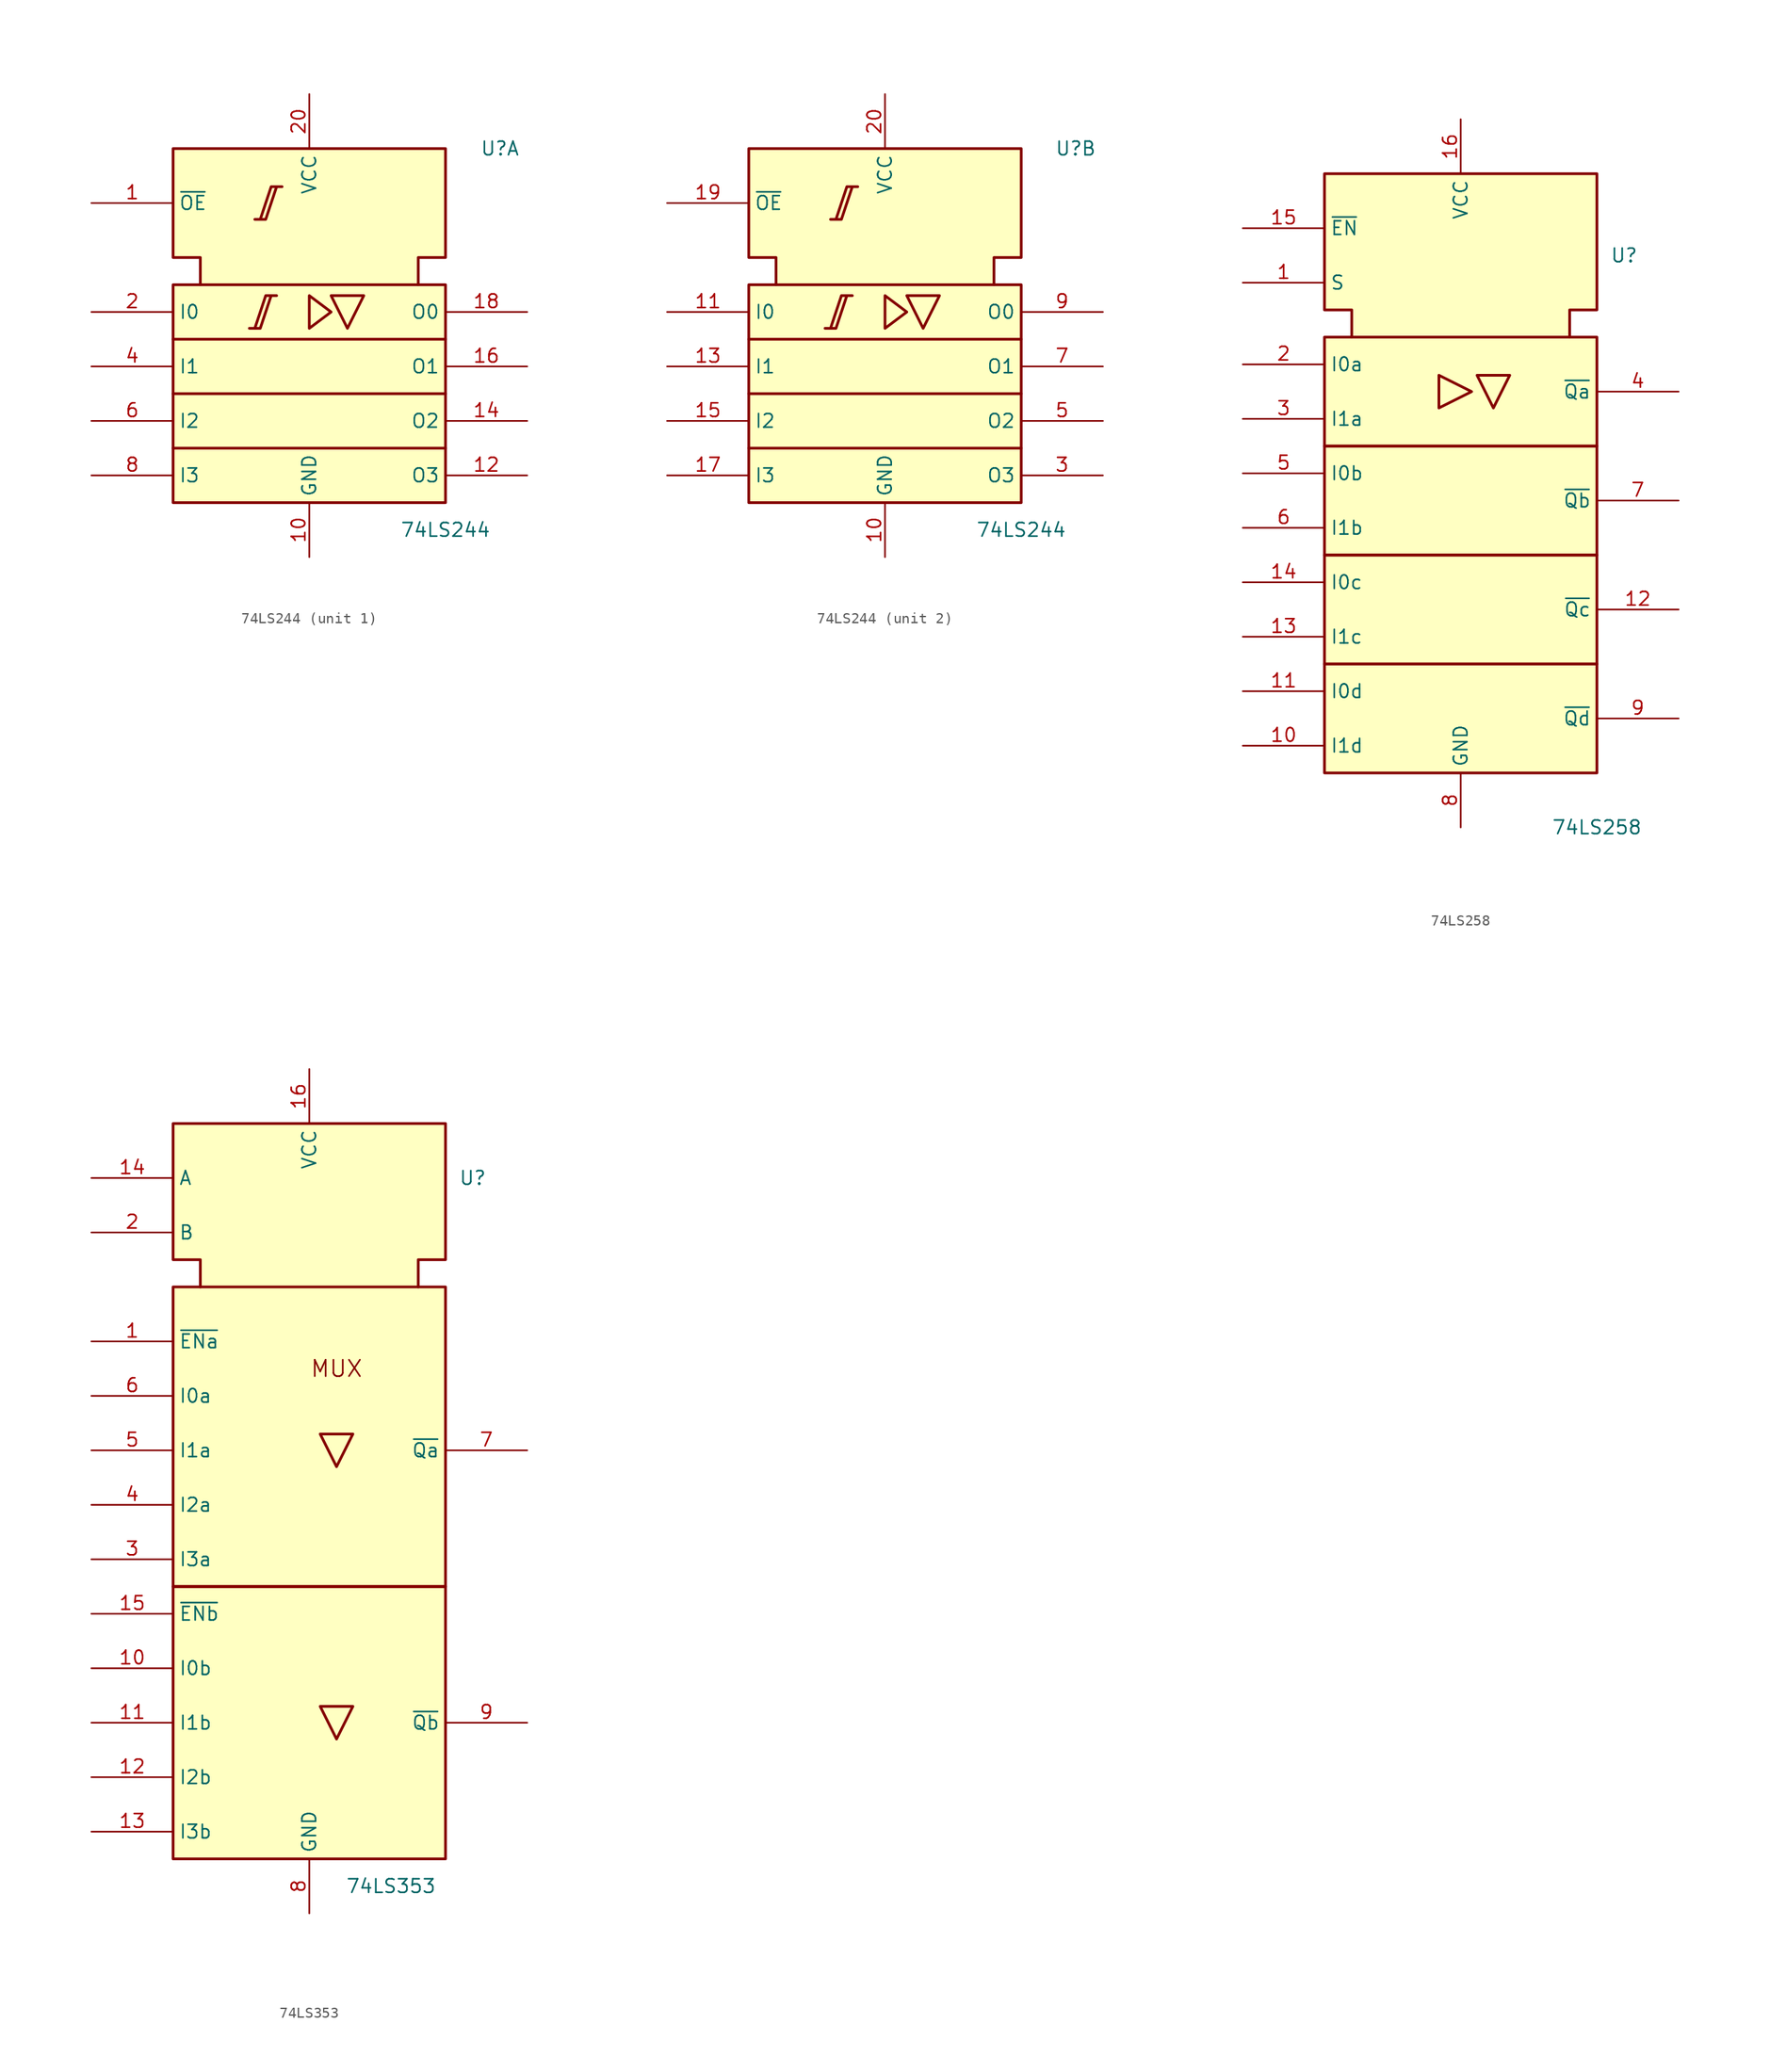
<source format=kicad_sym>
(kicad_symbol_lib
  (version 20241209)
  (generator "kicad_symbol_editor")
  (generator_version "9.0")
  (symbol "74LS244"
    (property "Reference" "U"
      (at 17.78 20.32 0)
      (effects (font (size 1.27 1.27))))
    (property "Value" "74LS244"
      (at 12.7 -15.24 0)
      (effects (font (size 1.27 1.27))))
    (symbol "74LS244_0_0"
      (polyline (pts (xy 2.032 6.604) (xy 5.08 6.604) (xy 3.556 3.556) (xy 2.032 6.604) (xy 2.032 6.604)) (stroke (width 0.254) (type default)) (fill (type background)))
      (pin power_in line (at 0 25.4 270) (length 5.08) (name "VCC" (effects (font (size 1.27 1.27)))) (number "20" (effects (font (size 1.27 1.27)))))
      (pin power_in line (at 0 -17.78 90) (length 5.08) (name "GND" (effects (font (size 1.27 1.27)))) (number "10" (effects (font (size 1.27 1.27))))))
    (symbol "74LS244_0_1"
      (rectangle (start -12.7 7.62) (end 12.7 -12.7) (stroke (width 0.254) (type default)) (fill (type background)))
      (polyline (pts (xy -12.7 -2.54) (xy 12.7 -2.54) (xy 12.7 -2.54)) (stroke (width 0.254) (type default)) (fill (type background)))
      (polyline (pts (xy -10.16 7.62) (xy -10.16 10.16) (xy -12.7 10.16) (xy -12.7 20.32) (xy 12.7 20.32) (xy 12.7 10.16) (xy 10.16 10.16) (xy 10.16 7.62) (xy 10.16 7.62)) (stroke (width 0.254) (type default)) (fill (type background)))
      (polyline (pts (xy -5.588 3.556) (xy -4.572 3.556) (xy -3.556 6.604) (xy -3.048 6.604) (xy -4.064 6.604) (xy -5.08 3.556) (xy -5.08 3.556)) (stroke (width 0.254) (type default)) (fill (type background)))
      (polyline (pts (xy -5.08 13.716) (xy -4.064 13.716) (xy -3.048 16.764) (xy -2.54 16.764) (xy -3.556 16.764) (xy -4.572 13.716) (xy -4.572 13.716)) (stroke (width 0.254) (type default)) (fill (type background)))
      (polyline (pts (xy 0 6.604) (xy 0 3.556) (xy 2.032 5.08) (xy 0 6.604) (xy 0 6.604)) (stroke (width 0.254) (type default)) (fill (type background)))
      (polyline (pts (xy 12.7 2.54) (xy -12.7 2.54) (xy -12.7 2.54)) (stroke (width 0.254) (type default)) (fill (type background)))
      (polyline (pts (xy 12.7 -7.62) (xy -12.7 -7.62) (xy -12.7 -7.62)) (stroke (width 0.254) (type default)) (fill (type background))))
    (symbol "74LS244_1_1"
      (pin input line (at -20.32 15.24 0) (length 7.62) (name "~{OE}" (effects (font (size 1.27 1.27)))) (number "1" (effects (font (size 1.27 1.27)))))
      (pin input line (at -20.32 5.08 0) (length 7.62) (name "I0" (effects (font (size 1.27 1.27)))) (number "2" (effects (font (size 1.27 1.27)))))
      (pin input line (at -20.32 0 0) (length 7.62) (name "I1" (effects (font (size 1.27 1.27)))) (number "4" (effects (font (size 1.27 1.27)))))
      (pin input line (at -20.32 -5.08 0) (length 7.62) (name "I2" (effects (font (size 1.27 1.27)))) (number "6" (effects (font (size 1.27 1.27)))))
      (pin input line (at -20.32 -10.16 0) (length 7.62) (name "I3" (effects (font (size 1.27 1.27)))) (number "8" (effects (font (size 1.27 1.27)))))
      (pin tri_state line (at 20.32 5.08 180) (length 7.62) (name "O0" (effects (font (size 1.27 1.27)))) (number "18" (effects (font (size 1.27 1.27)))))
      (pin tri_state line (at 20.32 0 180) (length 7.62) (name "O1" (effects (font (size 1.27 1.27)))) (number "16" (effects (font (size 1.27 1.27)))))
      (pin tri_state line (at 20.32 -5.08 180) (length 7.62) (name "O2" (effects (font (size 1.27 1.27)))) (number "14" (effects (font (size 1.27 1.27)))))
      (pin tri_state line (at 20.32 -10.16 180) (length 7.62) (name "O3" (effects (font (size 1.27 1.27)))) (number "12" (effects (font (size 1.27 1.27))))))
    (symbol "74LS244_2_1"
      (pin input line (at -20.32 15.24 0) (length 7.62) (name "~{OE}" (effects (font (size 1.27 1.27)))) (number "19" (effects (font (size 1.27 1.27)))))
      (pin input line (at -20.32 5.08 0) (length 7.62) (name "I0" (effects (font (size 1.27 1.27)))) (number "11" (effects (font (size 1.27 1.27)))))
      (pin input line (at -20.32 0 0) (length 7.62) (name "I1" (effects (font (size 1.27 1.27)))) (number "13" (effects (font (size 1.27 1.27)))))
      (pin input line (at -20.32 -5.08 0) (length 7.62) (name "I2" (effects (font (size 1.27 1.27)))) (number "15" (effects (font (size 1.27 1.27)))))
      (pin input line (at -20.32 -10.16 0) (length 7.62) (name "I3" (effects (font (size 1.27 1.27)))) (number "17" (effects (font (size 1.27 1.27)))))
      (pin tri_state line (at 20.32 5.08 180) (length 7.62) (name "O0" (effects (font (size 1.27 1.27)))) (number "9" (effects (font (size 1.27 1.27)))))
      (pin tri_state line (at 20.32 0 180) (length 7.62) (name "O1" (effects (font (size 1.27 1.27)))) (number "7" (effects (font (size 1.27 1.27)))))
      (pin tri_state line (at 20.32 -5.08 180) (length 7.62) (name "O2" (effects (font (size 1.27 1.27)))) (number "5" (effects (font (size 1.27 1.27)))))
      (pin tri_state line (at 20.32 -10.16 180) (length 7.62) (name "O3" (effects (font (size 1.27 1.27)))) (number "3" (effects (font (size 1.27 1.27)))))))
  (symbol "74LS258"
    (property "Reference" "U"
      (at 15.24 20.32 0)
      (effects (font (size 1.27 1.27))))
    (property "Value" "74LS258"
      (at 12.7 -33.02 0)
      (effects (font (size 1.27 1.27))))
    (symbol "74LS258_0_0"
      (rectangle (start -12.7 12.7) (end 12.7 2.54) (stroke (width 0.254) (type default)) (fill (type background)))
      (rectangle (start -12.7 2.54) (end 12.7 -7.62) (stroke (width 0.254) (type default)) (fill (type background)))
      (rectangle (start -12.7 -7.62) (end 12.7 -17.78) (stroke (width 0.254) (type default)) (fill (type background)))
      (rectangle (start -12.7 -17.78) (end 12.7 -27.94) (stroke (width 0.254) (type default)) (fill (type background)))
      (polyline (pts (xy -10.16 12.7) (xy -10.16 15.24) (xy -12.7 15.24) (xy -12.7 27.94) (xy 12.7 27.94) (xy 12.7 15.24) (xy 10.16 15.24) (xy 10.16 12.7) (xy 10.16 12.7)) (stroke (width 0.254) (type default)) (fill (type background)))
      (polyline (pts (xy -2.032 9.144) (xy -2.032 6.096) (xy 1.016 7.62) (xy -2.032 9.144) (xy -2.032 9.144)) (stroke (width 0.254) (type default)) (fill (type background)))
      (polyline (pts (xy 4.572 9.144) (xy 1.524 9.144) (xy 3.048 6.096) (xy 4.572 9.144) (xy 4.572 9.144)) (stroke (width 0.254) (type default)) (fill (type background)))
      (pin power_in line (at 0 33.02 270) (length 5.08) (name "VCC" (effects (font (size 1.27 1.27)))) (number "16" (effects (font (size 1.27 1.27)))))
      (pin power_in line (at 0 -33.02 90) (length 5.08) (name "GND" (effects (font (size 1.27 1.27)))) (number "8" (effects (font (size 1.27 1.27))))))
    (symbol "74LS258_1_1"
      (pin input line (at -20.32 22.86 0) (length 7.62) (name "~{EN}" (effects (font (size 1.27 1.27)))) (number "15" (effects (font (size 1.27 1.27)))))
      (pin input line (at -20.32 17.78 0) (length 7.62) (name "S" (effects (font (size 1.27 1.27)))) (number "1" (effects (font (size 1.27 1.27)))))
      (pin input line (at -20.32 10.16 0) (length 7.62) (name "I0a" (effects (font (size 1.27 1.27)))) (number "2" (effects (font (size 1.27 1.27)))))
      (pin input line (at -20.32 5.08 0) (length 7.62) (name "I1a" (effects (font (size 1.27 1.27)))) (number "3" (effects (font (size 1.27 1.27)))))
      (pin input line (at -20.32 0 0) (length 7.62) (name "I0b" (effects (font (size 1.27 1.27)))) (number "5" (effects (font (size 1.27 1.27)))))
      (pin input line (at -20.32 -5.08 0) (length 7.62) (name "I1b" (effects (font (size 1.27 1.27)))) (number "6" (effects (font (size 1.27 1.27)))))
      (pin input line (at -20.32 -10.16 0) (length 7.62) (name "I0c" (effects (font (size 1.27 1.27)))) (number "14" (effects (font (size 1.27 1.27)))))
      (pin input line (at -20.32 -15.24 0) (length 7.62) (name "I1c" (effects (font (size 1.27 1.27)))) (number "13" (effects (font (size 1.27 1.27)))))
      (pin input line (at -20.32 -20.32 0) (length 7.62) (name "I0d" (effects (font (size 1.27 1.27)))) (number "11" (effects (font (size 1.27 1.27)))))
      (pin input line (at -20.32 -25.4 0) (length 7.62) (name "I1d" (effects (font (size 1.27 1.27)))) (number "10" (effects (font (size 1.27 1.27)))))
      (pin tri_state line (at 20.32 7.62 180) (length 7.62) (name "~{Qa}" (effects (font (size 1.27 1.27)))) (number "4" (effects (font (size 1.27 1.27)))))
      (pin tri_state line (at 20.32 -2.54 180) (length 7.62) (name "~{Qb}" (effects (font (size 1.27 1.27)))) (number "7" (effects (font (size 1.27 1.27)))))
      (pin tri_state line (at 20.32 -12.7 180) (length 7.62) (name "~{Qc}" (effects (font (size 1.27 1.27)))) (number "12" (effects (font (size 1.27 1.27)))))
      (pin tri_state line (at 20.32 -22.86 180) (length 7.62) (name "~{Qd}" (effects (font (size 1.27 1.27)))) (number "9" (effects (font (size 1.27 1.27)))))))
  (symbol "74LS353"
    (property "Reference" "U"
      (at 15.24 33.02 0)
      (effects (font (size 1.27 1.27))))
    (property "Value" "74LS353"
      (at 7.62 -33.02 0)
      (effects (font (size 1.27 1.27))))
    (symbol "74LS353_0_0"
      (rectangle (start -12.7 22.86) (end 12.7 -5.08) (stroke (width 0.254) (type default)) (fill (type background)))
      (rectangle (start -12.7 -5.08) (end 12.7 -30.48) (stroke (width 0.254) (type default)) (fill (type background)))
      (polyline (pts (xy -10.16 22.86) (xy -10.16 25.4) (xy -12.7 25.4) (xy -12.7 38.1) (xy 12.7 38.1) (xy 12.7 25.4) (xy 10.16 25.4) (xy 10.16 22.86) (xy 10.16 22.86)) (stroke (width 0.254) (type default)) (fill (type background)))
      (polyline (pts (xy 4.064 9.144) (xy 1.016 9.144) (xy 2.54 6.096) (xy 4.064 9.144) (xy 4.064 9.144)) (stroke (width 0.254) (type default)) (fill (type background)))
      (polyline (pts (xy 4.064 -16.256) (xy 1.016 -16.256) (xy 2.54 -19.304) (xy 4.064 -16.256) (xy 4.064 -16.256)) (stroke (width 0.254) (type default)) (fill (type background)))
      (text "MUX" (at 2.54 15.24 0) (effects (font (size 1.524 1.524))))
      (pin power_in line (at 0 43.18 270) (length 5.08) (name "VCC" (effects (font (size 1.27 1.27)))) (number "16" (effects (font (size 1.27 1.27)))))
      (pin power_in line (at 0 -35.56 90) (length 5.08) (name "GND" (effects (font (size 1.27 1.27)))) (number "8" (effects (font (size 1.27 1.27))))))
    (symbol "74LS353_1_1"
      (pin input line (at -20.32 33.02 0) (length 7.62) (name "A" (effects (font (size 1.27 1.27)))) (number "14" (effects (font (size 1.27 1.27)))))
      (pin input line (at -20.32 27.94 0) (length 7.62) (name "B" (effects (font (size 1.27 1.27)))) (number "2" (effects (font (size 1.27 1.27)))))
      (pin input line (at -20.32 17.78 0) (length 7.62) (name "~{ENa}" (effects (font (size 1.27 1.27)))) (number "1" (effects (font (size 1.27 1.27)))))
      (pin input line (at -20.32 12.7 0) (length 7.62) (name "I0a" (effects (font (size 1.27 1.27)))) (number "6" (effects (font (size 1.27 1.27)))))
      (pin input line (at -20.32 7.62 0) (length 7.62) (name "I1a" (effects (font (size 1.27 1.27)))) (number "5" (effects (font (size 1.27 1.27)))))
      (pin input line (at -20.32 2.54 0) (length 7.62) (name "I2a" (effects (font (size 1.27 1.27)))) (number "4" (effects (font (size 1.27 1.27)))))
      (pin input line (at -20.32 -2.54 0) (length 7.62) (name "I3a" (effects (font (size 1.27 1.27)))) (number "3" (effects (font (size 1.27 1.27)))))
      (pin input line (at -20.32 -7.62 0) (length 7.62) (name "~{ENb}" (effects (font (size 1.27 1.27)))) (number "15" (effects (font (size 1.27 1.27)))))
      (pin input line (at -20.32 -12.7 0) (length 7.62) (name "I0b" (effects (font (size 1.27 1.27)))) (number "10" (effects (font (size 1.27 1.27)))))
      (pin input line (at -20.32 -17.78 0) (length 7.62) (name "I1b" (effects (font (size 1.27 1.27)))) (number "11" (effects (font (size 1.27 1.27)))))
      (pin input line (at -20.32 -22.86 0) (length 7.62) (name "I2b" (effects (font (size 1.27 1.27)))) (number "12" (effects (font (size 1.27 1.27)))))
      (pin input line (at -20.32 -27.94 0) (length 7.62) (name "I3b" (effects (font (size 1.27 1.27)))) (number "13" (effects (font (size 1.27 1.27)))))
      (pin tri_state line (at 20.32 7.62 180) (length 7.62) (name "~{Qa}" (effects (font (size 1.27 1.27)))) (number "7" (effects (font (size 1.27 1.27)))))
      (pin tri_state line (at 20.32 -17.78 180) (length 7.62) (name "~{Qb}" (effects (font (size 1.27 1.27)))) (number "9" (effects (font (size 1.27 1.27))))))))
</source>
